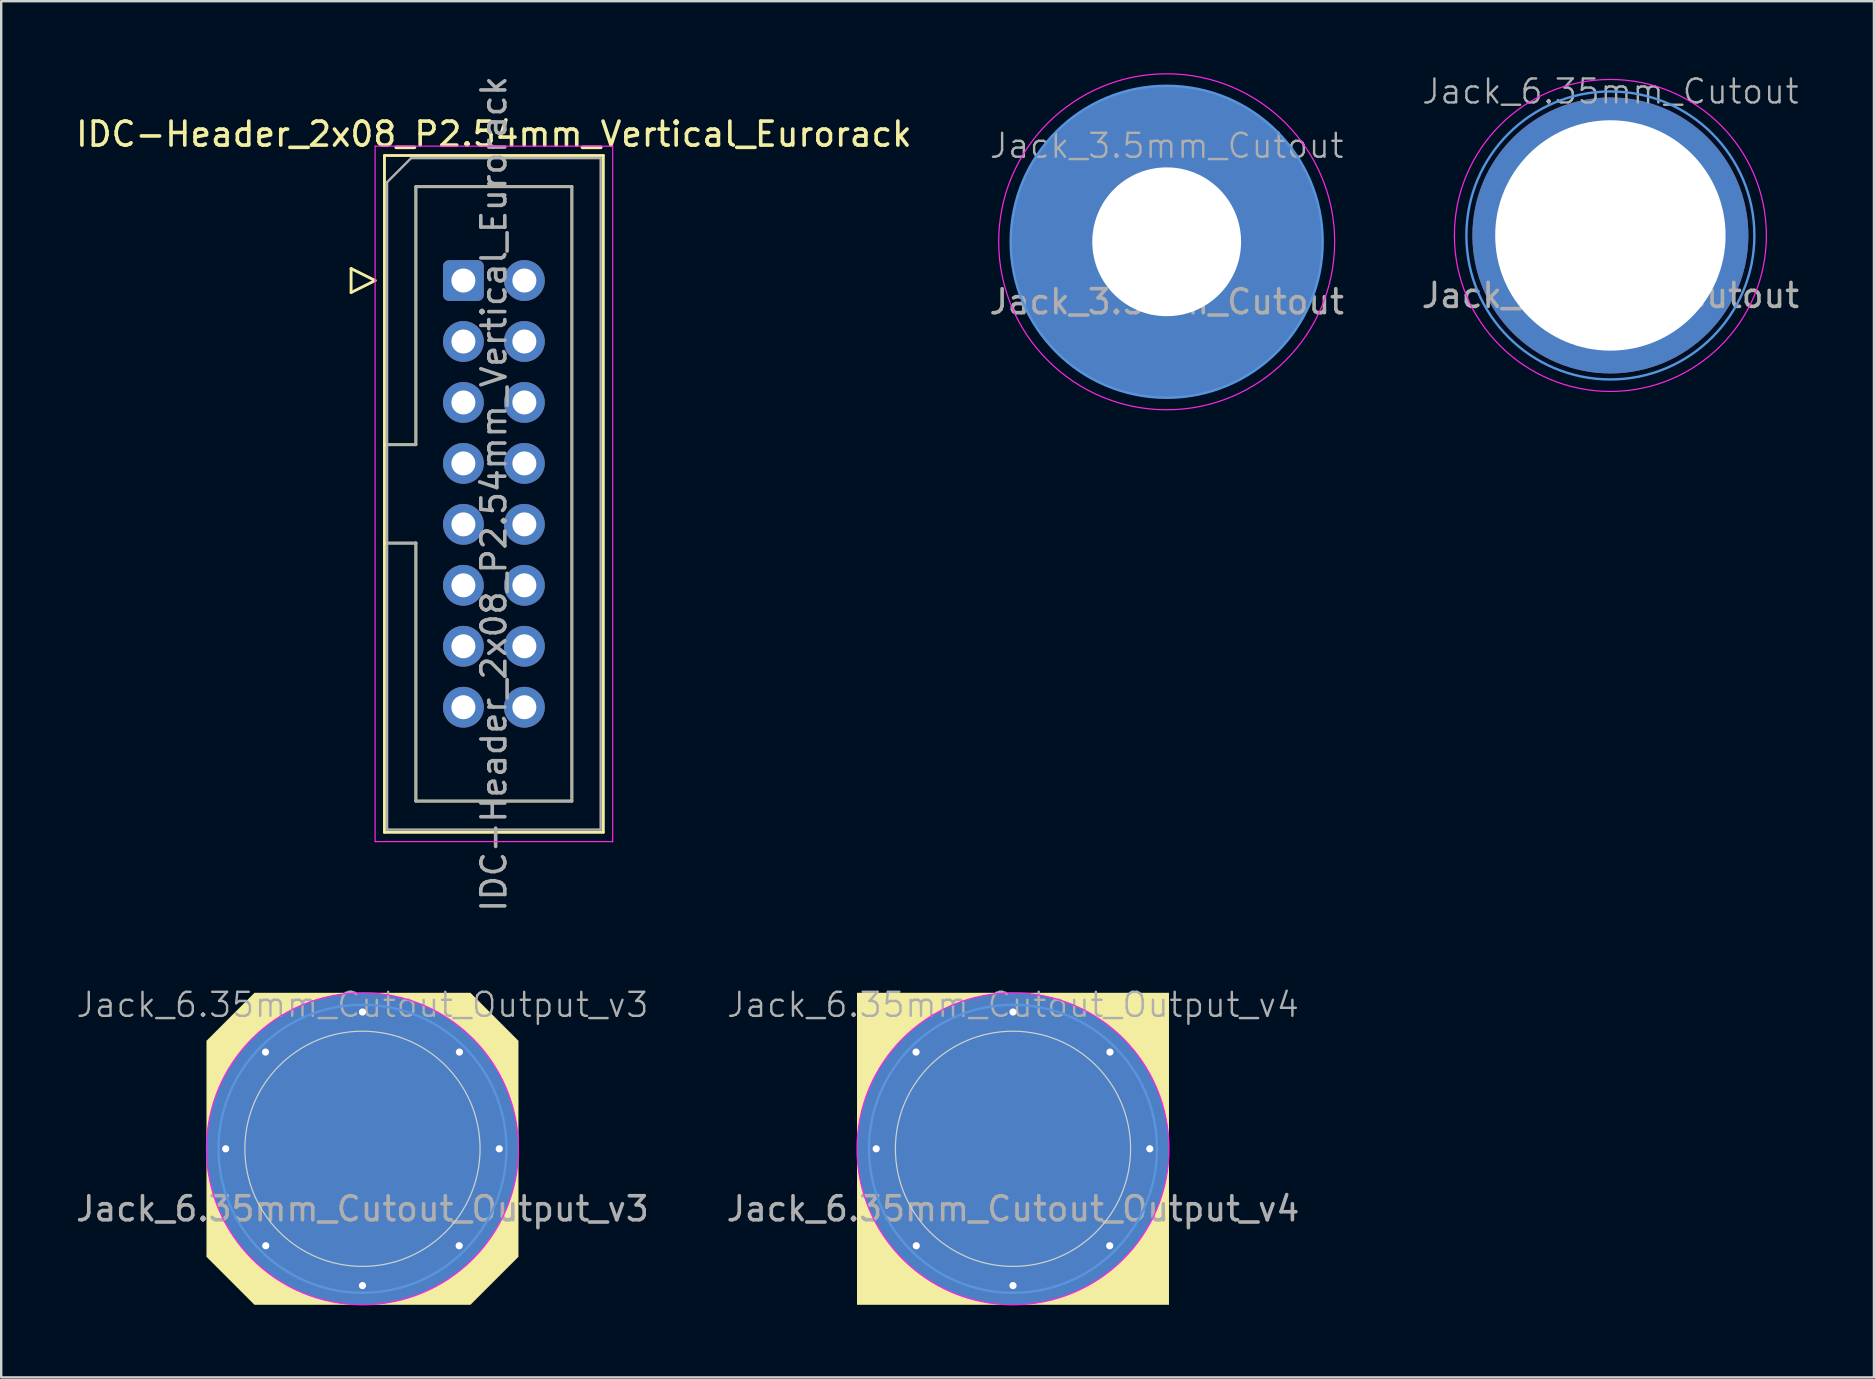
<source format=kicad_pcb>
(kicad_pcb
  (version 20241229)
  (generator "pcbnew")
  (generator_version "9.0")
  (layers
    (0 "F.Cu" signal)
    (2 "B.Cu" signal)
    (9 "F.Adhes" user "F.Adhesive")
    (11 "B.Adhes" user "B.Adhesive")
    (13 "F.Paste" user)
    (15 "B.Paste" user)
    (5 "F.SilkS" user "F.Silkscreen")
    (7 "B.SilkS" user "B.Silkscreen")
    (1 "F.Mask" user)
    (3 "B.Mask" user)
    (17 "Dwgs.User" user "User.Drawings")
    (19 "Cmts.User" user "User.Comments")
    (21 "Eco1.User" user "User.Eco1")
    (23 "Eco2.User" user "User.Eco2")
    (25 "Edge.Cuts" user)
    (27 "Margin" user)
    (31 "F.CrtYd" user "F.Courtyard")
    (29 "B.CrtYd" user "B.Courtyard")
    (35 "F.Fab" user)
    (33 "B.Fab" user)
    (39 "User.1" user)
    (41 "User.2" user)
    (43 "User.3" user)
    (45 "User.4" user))
  (footprint "Jack_6.35mm_Cutout"
    (layer "F.Cu")
    (at 64.054 6.761)
    (property "Reference" "Jack_6.35mm_Cutout" (at 0 -6 0) (unlocked yes) (layer "F.Fab") (effects (font (size 1 1) (thickness 0.1))))
    (attr through_hole)
    (fp_circle (center 0 0) (end 0 6) (stroke (width 0.1) (type default)) (fill no) (layer "Cmts.User"))
    (fp_circle (center 0 0) (end 0 6.5) (stroke (width 0.05) (type default)) (fill no) (layer "F.CrtYd"))
    (fp_text user "${REFERENCE}" (at 0 2.5 0) (unlocked yes) (layer "F.Fab") (effects (font (size 1 1) (thickness 0.15))))
    (pad "" np_thru_hole circle (at 0 0) (size 11.5 11.5) (drill 9.6) (layers "*.Cu" "*.Mask")))
  (footprint "IDC-Header_2x08_P2.54mm_Vertical_Eurorack"
    (layer "F.Cu")
    (at 16.26 8.64)
    (property "Reference" "IDC-Header_2x08_P2.54mm_Vertical_Eurorack" (at 1.27 -6.1 0) (layer "F.SilkS") (effects (font (size 1 1) (thickness 0.15))))
    (attr through_hole)
    (fp_line (start -4.68 -0.5) (end -4.68 0.5) (stroke (width 0.12) (type solid)) (layer "F.SilkS"))
    (fp_line (start -4.68 0.5) (end -3.68 0) (stroke (width 0.12) (type solid)) (layer "F.SilkS"))
    (fp_line (start -3.68 0) (end -4.68 -0.5) (stroke (width 0.12) (type solid)) (layer "F.SilkS"))
    (fp_line (start -3.29 -5.21) (end 5.83 -5.21) (stroke (width 0.12) (type solid)) (layer "F.SilkS"))
    (fp_line (start -3.29 6.84) (end -1.98 6.84) (stroke (width 0.12) (type solid)) (layer "F.SilkS"))
    (fp_line (start -3.29 22.99) (end -3.29 -5.21) (stroke (width 0.12) (type solid)) (layer "F.SilkS"))
    (fp_line (start -1.98 -3.91) (end 4.52 -3.91) (stroke (width 0.12) (type solid)) (layer "F.SilkS"))
    (fp_line (start -1.98 6.84) (end -1.98 -3.91) (stroke (width 0.12) (type solid)) (layer "F.SilkS"))
    (fp_line (start -1.98 10.94) (end -3.29 10.94) (stroke (width 0.12) (type solid)) (layer "F.SilkS"))
    (fp_line (start -1.98 10.94) (end -1.98 10.94) (stroke (width 0.12) (type solid)) (layer "F.SilkS"))
    (fp_line (start -1.98 21.69) (end -1.98 10.94) (stroke (width 0.12) (type solid)) (layer "F.SilkS"))
    (fp_line (start 4.52 -3.91) (end 4.52 21.69) (stroke (width 0.12) (type solid)) (layer "F.SilkS"))
    (fp_line (start 4.52 21.69) (end -1.98 21.69) (stroke (width 0.12) (type solid)) (layer "F.SilkS"))
    (fp_line (start 5.83 -5.21) (end 5.83 22.99) (stroke (width 0.12) (type solid)) (layer "F.SilkS"))
    (fp_line (start 5.83 22.99) (end -3.29 22.99) (stroke (width 0.12) (type solid)) (layer "F.SilkS"))
    (fp_line (start -3.68 -5.6) (end -3.68 23.38) (stroke (width 0.05) (type solid)) (layer "F.CrtYd"))
    (fp_line (start -3.68 23.38) (end 6.22 23.38) (stroke (width 0.05) (type solid)) (layer "F.CrtYd"))
    (fp_line (start 6.22 -5.6) (end -3.68 -5.6) (stroke (width 0.05) (type solid)) (layer "F.CrtYd"))
    (fp_line (start 6.22 23.38) (end 6.22 -5.6) (stroke (width 0.05) (type solid)) (layer "F.CrtYd"))
    (fp_line (start -3.18 -4.1) (end -2.18 -5.1) (stroke (width 0.1) (type solid)) (layer "F.Fab"))
    (fp_line (start -3.18 6.84) (end -1.98 6.84) (stroke (width 0.1) (type solid)) (layer "F.Fab"))
    (fp_line (start -3.18 22.88) (end -3.18 -4.1) (stroke (width 0.1) (type solid)) (layer "F.Fab"))
    (fp_line (start -2.18 -5.1) (end 5.72 -5.1) (stroke (width 0.1) (type solid)) (layer "F.Fab"))
    (fp_line (start -1.98 -3.91) (end 4.52 -3.91) (stroke (width 0.1) (type solid)) (layer "F.Fab"))
    (fp_line (start -1.98 6.84) (end -1.98 -3.91) (stroke (width 0.1) (type solid)) (layer "F.Fab"))
    (fp_line (start -1.98 10.94) (end -3.18 10.94) (stroke (width 0.1) (type solid)) (layer "F.Fab"))
    (fp_line (start -1.98 10.94) (end -1.98 10.94) (stroke (width 0.1) (type solid)) (layer "F.Fab"))
    (fp_line (start -1.98 21.69) (end -1.98 10.94) (stroke (width 0.1) (type solid)) (layer "F.Fab"))
    (fp_line (start 4.52 -3.91) (end 4.52 21.69) (stroke (width 0.1) (type solid)) (layer "F.Fab"))
    (fp_line (start 4.52 21.69) (end -1.98 21.69) (stroke (width 0.1) (type solid)) (layer "F.Fab"))
    (fp_line (start 5.72 -5.1) (end 5.72 22.88) (stroke (width 0.1) (type solid)) (layer "F.Fab"))
    (fp_line (start 5.72 22.88) (end -3.18 22.88) (stroke (width 0.1) (type solid)) (layer "F.Fab"))
    (fp_text user "${REFERENCE}" (at 1.27 8.89 90) (layer "F.Fab") (effects (font (size 1 1) (thickness 0.15))))
    (pad "1a" thru_hole roundrect (at 0 0) (size 1.7 1.7) (drill 1) (layers "*.Cu" "*.Mask") (roundrect_rratio 0.147))
    (pad "1b" thru_hole circle (at 2.54 0) (size 1.7 1.7) (drill 1) (layers "*.Cu" "*.Mask"))
    (pad "2a" thru_hole circle (at 0 2.54) (size 1.7 1.7) (drill 1) (layers "*.Cu" "*.Mask"))
    (pad "2b" thru_hole circle (at 2.54 2.54) (size 1.7 1.7) (drill 1) (layers "*.Cu" "*.Mask"))
    (pad "3a" thru_hole circle (at 0 5.08) (size 1.7 1.7) (drill 1) (layers "*.Cu" "*.Mask"))
    (pad "3b" thru_hole circle (at 2.54 5.08) (size 1.7 1.7) (drill 1) (layers "*.Cu" "*.Mask"))
    (pad "4a" thru_hole circle (at 0 7.62) (size 1.7 1.7) (drill 1) (layers "*.Cu" "*.Mask"))
    (pad "4b" thru_hole circle (at 2.54 7.62) (size 1.7 1.7) (drill 1) (layers "*.Cu" "*.Mask"))
    (pad "5a" thru_hole circle (at 0 10.16) (size 1.7 1.7) (drill 1) (layers "*.Cu" "*.Mask"))
    (pad "5b" thru_hole circle (at 2.54 10.16) (size 1.7 1.7) (drill 1) (layers "*.Cu" "*.Mask"))
    (pad "6a" thru_hole circle (at 0 12.7) (size 1.7 1.7) (drill 1) (layers "*.Cu" "*.Mask"))
    (pad "6b" thru_hole circle (at 2.54 12.7) (size 1.7 1.7) (drill 1) (layers "*.Cu" "*.Mask"))
    (pad "7a" thru_hole circle (at 0 15.24) (size 1.7 1.7) (drill 1) (layers "*.Cu" "*.Mask"))
    (pad "7b" thru_hole circle (at 2.54 15.24) (size 1.7 1.7) (drill 1) (layers "*.Cu" "*.Mask"))
    (pad "8a" thru_hole circle (at 0 17.78) (size 1.7 1.7) (drill 1) (layers "*.Cu" "*.Mask"))
    (pad "8b" thru_hole circle (at 2.54 17.78) (size 1.7 1.7) (drill 1) (layers "*.Cu" "*.Mask")))
  (footprint "Jack_6.35mm_Cutout_Output_v4"
    (layer "F.Cu")
    (at 39.161 44.82)
    (property "Reference" "Jack_6.35mm_Cutout_Output_v4" (at 0 -6 0) (unlocked yes) (layer "F.Fab") (effects (font (size 1 1) (thickness 0.1))))
    (attr through_hole exclude_from_bom)
    (fp_poly (pts (arc (start -6.5 0) (mid -4.596194 -4.596194) (end 0 -6.5)) (xy -6.5 -6.5)) (stroke (width 0) (type solid)) (fill yes) (layer "F.SilkS"))
    (fp_poly (pts (arc (start 0 -6.5) (mid 4.596194 -4.596194) (end 6.5 0)) (xy 6.5 -6.5)) (stroke (width 0) (type solid)) (fill yes) (layer "F.SilkS"))
    (fp_poly (pts (arc (start 0 6.5) (mid -4.596194 4.596194) (end -6.5 0)) (xy -6.5 6.5)) (stroke (width 0) (type solid)) (fill yes) (layer "F.SilkS"))
    (fp_poly (pts (arc (start 6.5 0) (mid 4.596194 4.596194) (end 0 6.5)) (xy 6.5 6.5)) (stroke (width 0) (type solid)) (fill yes) (layer "F.SilkS"))
    (fp_circle (center 0 0) (end 0 6) (stroke (width 0.1) (type default)) (fill no) (layer "Cmts.User"))
    (fp_circle (center 0 0) (end 0 -4.9) (stroke (width 0.05) (type default)) (fill no) (layer "Edge.Cuts"))
    (fp_circle (center 0 0) (end 0 6.5) (stroke (width 0.05) (type default)) (fill no) (layer "F.CrtYd"))
    (fp_text user "${REFERENCE}" (at 0 2.5 0) (unlocked yes) (layer "F.Fab") (effects (font (size 1 1) (thickness 0.15))))
    (pad "1" thru_hole circle (at -5.7 0) (size 0.5 0.5) (drill 0.3) (layers "*.Cu" "*.Mask"))
    (pad "1" thru_hole circle (at -4.04 -4.03) (size 0.5 0.5) (drill 0.3) (layers "*.Cu" "*.Mask"))
    (pad "1" thru_hole circle (at -4.03 4.04) (size 0.5 0.5) (drill 0.3) (layers "*.Cu" "*.Mask"))
    (pad "1" thru_hole circle (at 0 -5.7) (size 0.5 0.5) (drill 0.3) (layers "*.Cu" "*.Mask"))
    (pad "1" connect circle (at 0 0) (size 13 13) (layers "F.Cu" "F.Mask"))
    (pad "1" connect circle (at 0 0) (size 13 13) (layers "B.Cu" "B.Mask"))
    (pad "1" thru_hole circle (at 0 5.7) (size 0.5 0.5) (drill 0.3) (layers "*.Cu" "*.Mask"))
    (pad "1" thru_hole circle (at 4.03 4.04) (size 0.5 0.5) (drill 0.3) (layers "*.Cu" "*.Mask"))
    (pad "1" thru_hole circle (at 4.04 -4.03) (size 0.5 0.5) (drill 0.3) (layers "*.Cu" "*.Mask"))
    (pad "1" thru_hole circle (at 5.7 0) (size 0.5 0.5) (drill 0.3) (layers "*.Cu" "*.Mask")))
  (footprint "Jack_6.35mm_Cutout_Output_v3"
    (layer "F.Cu")
    (at 12.054 44.82)
    (property "Reference" "Jack_6.35mm_Cutout_Output_v3" (at 0 -6 0) (unlocked yes) (layer "F.Fab") (effects (font (size 1 1) (thickness 0.1))))
    (attr through_hole exclude_from_bom)
    (fp_poly (pts (arc (start -6.5 0) (mid -4.596194 4.596194) (end 0 6.5)) (xy -4.5 6.5) (xy -6.5 4.5)) (stroke (width 0) (type solid)) (fill yes) (layer "F.SilkS"))
    (fp_poly (pts (arc (start 0 -6.5) (mid -4.596194 -4.596194) (end -6.5 0)) (xy -6.5 -4.5) (xy -4.5 -6.5)) (stroke (width 0) (type solid)) (fill yes) (layer "F.SilkS"))
    (fp_poly (pts (arc (start 0 6.5) (mid 4.596194 4.596194) (end 6.5 0)) (xy 6.5 4.5) (xy 4.5 6.5)) (stroke (width 0) (type solid)) (fill yes) (layer "F.SilkS"))
    (fp_poly (pts (arc (start 6.5 0) (mid 4.596194 -4.596194) (end 0 -6.5)) (xy 4.5 -6.5) (xy 6.5 -4.5)) (stroke (width 0) (type solid)) (fill yes) (layer "F.SilkS"))
    (fp_circle (center 0 0) (end 0 6) (stroke (width 0.1) (type default)) (fill no) (layer "Cmts.User"))
    (fp_circle (center 0 0) (end 0 -4.9) (stroke (width 0.05) (type default)) (fill no) (layer "Edge.Cuts"))
    (fp_circle (center 0 0) (end 0 6.5) (stroke (width 0.05) (type default)) (fill no) (layer "F.CrtYd"))
    (fp_text user "${REFERENCE}" (at 0 2.5 0) (unlocked yes) (layer "F.Fab") (effects (font (size 1 1) (thickness 0.15))))
    (pad "1" thru_hole circle (at -5.7 0) (size 0.5 0.5) (drill 0.3) (layers "*.Cu" "*.Mask"))
    (pad "1" thru_hole circle (at -4.04 -4.03) (size 0.5 0.5) (drill 0.3) (layers "*.Cu" "*.Mask"))
    (pad "1" thru_hole circle (at -4.03 4.04) (size 0.5 0.5) (drill 0.3) (layers "*.Cu" "*.Mask"))
    (pad "1" thru_hole circle (at 0 -5.7) (size 0.5 0.5) (drill 0.3) (layers "*.Cu" "*.Mask"))
    (pad "1" connect circle (at 0 0) (size 13 13) (layers "F.Cu" "F.Mask"))
    (pad "1" connect circle (at 0 0) (size 13 13) (layers "B.Cu" "B.Mask"))
    (pad "1" thru_hole circle (at 0 5.7) (size 0.5 0.5) (drill 0.3) (layers "*.Cu" "*.Mask"))
    (pad "1" thru_hole circle (at 4.03 4.04) (size 0.5 0.5) (drill 0.3) (layers "*.Cu" "*.Mask"))
    (pad "1" thru_hole circle (at 4.04 -4.03) (size 0.5 0.5) (drill 0.3) (layers "*.Cu" "*.Mask"))
    (pad "1" thru_hole circle (at 5.7 0) (size 0.5 0.5) (drill 0.3) (layers "*.Cu" "*.Mask")))
  (footprint "Jack_3.5mm_Cutout"
    (layer "F.Cu")
    (at 45.565 7.025)
    (property "Reference" "Jack_3.5mm_Cutout" (at 0 -4 0) (unlocked yes) (layer "F.Fab") (effects (font (size 1 1) (thickness 0.1))))
    (attr through_hole exclude_from_bom)
    (fp_circle (center 0 0) (end 0 6.5) (stroke (width 0.1) (type default)) (fill no) (layer "Cmts.User"))
    (fp_circle (center 0 0) (end 0 7) (stroke (width 0.05) (type default)) (fill no) (layer "F.CrtYd"))
    (fp_text user "${REFERENCE}" (at 0 2.5 0) (unlocked yes) (layer "F.Fab") (effects (font (size 1 1) (thickness 0.15))))
    (pad "" thru_hole circle (at 0 0) (size 13 13) (drill 6.2) (layers "*.Cu" "*.Mask")))
  (gr_rect
    (start -3 -3)
    (end 75.036 54.345)
    (stroke (width 0.1) (type default))
    (fill no)
    (layer "Edge.Cuts")))
</source>
